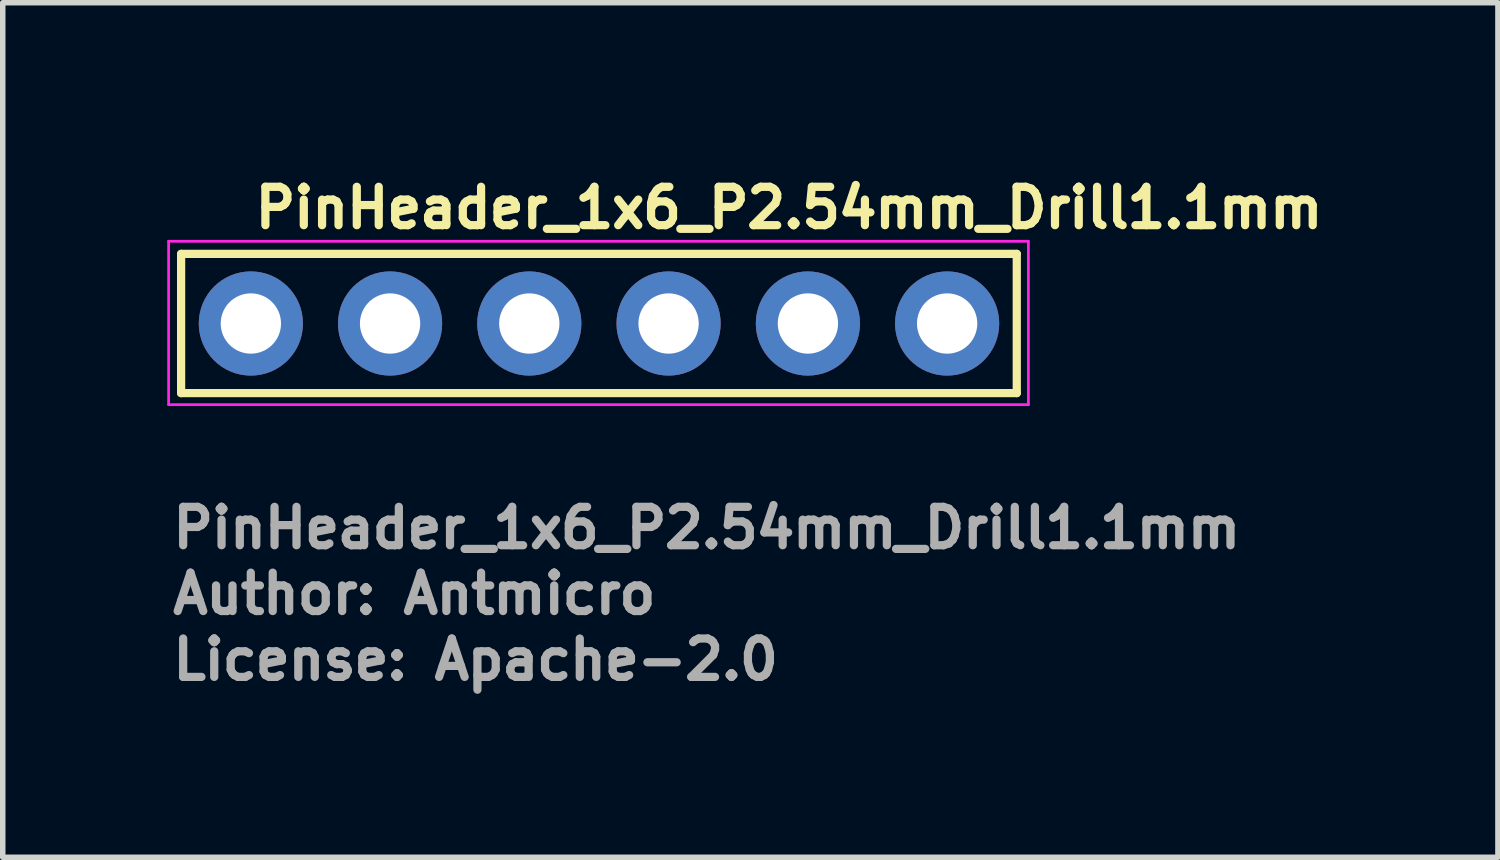
<source format=kicad_pcb>
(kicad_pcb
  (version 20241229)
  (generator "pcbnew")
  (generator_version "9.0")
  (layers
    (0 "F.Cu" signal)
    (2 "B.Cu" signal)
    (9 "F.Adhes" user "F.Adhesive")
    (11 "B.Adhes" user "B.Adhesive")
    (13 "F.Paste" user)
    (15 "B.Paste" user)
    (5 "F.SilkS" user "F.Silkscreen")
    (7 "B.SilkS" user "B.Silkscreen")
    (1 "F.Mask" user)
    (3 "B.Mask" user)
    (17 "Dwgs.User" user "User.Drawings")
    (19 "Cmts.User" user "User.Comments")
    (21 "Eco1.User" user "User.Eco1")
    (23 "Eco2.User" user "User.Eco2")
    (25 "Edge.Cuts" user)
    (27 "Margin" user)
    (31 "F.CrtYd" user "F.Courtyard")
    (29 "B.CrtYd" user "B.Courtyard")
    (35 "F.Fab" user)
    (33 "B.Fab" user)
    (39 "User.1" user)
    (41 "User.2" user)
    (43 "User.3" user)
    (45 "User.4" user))
  (footprint "PinHeader_1x6_P2.54mm_Drill1.1mm"
    (layer "F.Cu")
    (at 1.525 2.85)
    (property "Reference" "PinHeader_1x6_P2.54mm_Drill1.1mm" (at 0 -1.7 0) (layer "F.SilkS") (effects (font (size 0.7 0.7) (thickness 0.15)) (justify left bottom)))
    (attr through_hole)
    (fp_line (start -1.272 -1.27) (end -1.272 1.269) (stroke (width 0.15) (type solid)) (layer "F.SilkS"))
    (fp_line (start -1.272 1.269) (end 13.968 1.269) (stroke (width 0.15) (type solid)) (layer "F.SilkS"))
    (fp_line (start 13.968 -1.27) (end -1.272 -1.27) (stroke (width 0.15) (type solid)) (layer "F.SilkS"))
    (fp_line (start 13.968 1.269) (end 13.968 -1.27) (stroke (width 0.15) (type solid)) (layer "F.SilkS"))
    (fp_line (start -1.5 -1.5) (end 14.18 -1.5) (stroke (width 0.05) (type solid)) (layer "F.CrtYd"))
    (fp_line (start -1.5 1.48) (end -1.5 -1.5) (stroke (width 0.05) (type solid)) (layer "F.CrtYd"))
    (fp_line (start 14.18 -1.5) (end 14.18 1.48) (stroke (width 0.05) (type solid)) (layer "F.CrtYd"))
    (fp_line (start 14.18 1.48) (end -1.5 1.48) (stroke (width 0.05) (type solid)) (layer "F.CrtYd"))
    (fp_rect (start -1.272 -1.27) (end 13.968 1.269) (stroke (width 0.1) (type solid)) (fill no) (layer "User.5"))
    (fp_line (start -1.272 0.77) (end -1.272 -0.772) (stroke (width 0.02) (type solid)) (layer "User.9"))
    (fp_line (start -1.272 0.77) (end -1.022 1.269) (stroke (width 0.02) (type solid)) (layer "User.9"))
    (fp_line (start -1.022 -1.27) (end -1.272 -0.772) (stroke (width 0.02) (type solid)) (layer "User.9"))
    (fp_line (start -0.322 -0.32) (end -0.121 -0.12) (stroke (width 0.02) (type solid)) (layer "User.9"))
    (fp_line (start -0.322 -0.32) (end 0.318 -0.32) (stroke (width 0.02) (type solid)) (layer "User.9"))
    (fp_line (start -0.322 0.32) (end -0.322 -0.32) (stroke (width 0.02) (type solid)) (layer "User.9"))
    (fp_line (start -0.121 -0.12) (end -0.121 0.119) (stroke (width 0.02) (type solid)) (layer "User.9"))
    (fp_line (start -0.121 0.119) (end -0.322 0.32) (stroke (width 0.02) (type solid)) (layer "User.9"))
    (fp_line (start -0.121 0.119) (end 0.119 0.119) (stroke (width 0.02) (type solid)) (layer "User.9"))
    (fp_line (start 0.119 -0.12) (end -0.121 -0.12) (stroke (width 0.02) (type solid)) (layer "User.9"))
    (fp_line (start 0.119 -0.12) (end 0.318 -0.32) (stroke (width 0.02) (type solid)) (layer "User.9"))
    (fp_line (start 0.119 0.119) (end 0.119 -0.12) (stroke (width 0.02) (type solid)) (layer "User.9"))
    (fp_line (start 0.119 0.119) (end 0.318 0.32) (stroke (width 0.02) (type solid)) (layer "User.9"))
    (fp_line (start 0.318 -0.32) (end 0.318 0.32) (stroke (width 0.02) (type solid)) (layer "User.9"))
    (fp_line (start 0.318 0.32) (end -0.322 0.32) (stroke (width 0.02) (type solid)) (layer "User.9"))
    (fp_line (start 1.019 -1.27) (end -1.022 -1.27) (stroke (width 0.02) (type solid)) (layer "User.9"))
    (fp_line (start 1.019 1.269) (end -1.022 1.269) (stroke (width 0.02) (type solid)) (layer "User.9"))
    (fp_line (start 1.019 1.269) (end 1.269 0.77) (stroke (width 0.02) (type solid)) (layer "User.9"))
    (fp_line (start 1.269 -0.772) (end 1.019 -1.27) (stroke (width 0.02) (type solid)) (layer "User.9"))
    (fp_line (start 1.269 0.77) (end 1.519 1.269) (stroke (width 0.02) (type solid)) (layer "User.9"))
    (fp_line (start 1.519 -1.27) (end 1.269 -0.772) (stroke (width 0.02) (type solid)) (layer "User.9"))
    (fp_line (start 2.218 -0.32) (end 2.418 -0.12) (stroke (width 0.02) (type solid)) (layer "User.9"))
    (fp_line (start 2.218 -0.32) (end 2.858 -0.32) (stroke (width 0.02) (type solid)) (layer "User.9"))
    (fp_line (start 2.218 0.32) (end 2.218 -0.32) (stroke (width 0.02) (type solid)) (layer "User.9"))
    (fp_line (start 2.418 -0.12) (end 2.418 0.119) (stroke (width 0.02) (type solid)) (layer "User.9"))
    (fp_line (start 2.418 0.119) (end 2.218 0.32) (stroke (width 0.02) (type solid)) (layer "User.9"))
    (fp_line (start 2.418 0.119) (end 2.659 0.119) (stroke (width 0.02) (type solid)) (layer "User.9"))
    (fp_line (start 2.659 -0.12) (end 2.418 -0.12) (stroke (width 0.02) (type solid)) (layer "User.9"))
    (fp_line (start 2.659 -0.12) (end 2.858 -0.32) (stroke (width 0.02) (type solid)) (layer "User.9"))
    (fp_line (start 2.659 0.119) (end 2.659 -0.12) (stroke (width 0.02) (type solid)) (layer "User.9"))
    (fp_line (start 2.659 0.119) (end 2.858 0.32) (stroke (width 0.02) (type solid)) (layer "User.9"))
    (fp_line (start 2.858 -0.32) (end 2.858 0.32) (stroke (width 0.02) (type solid)) (layer "User.9"))
    (fp_line (start 2.858 0.32) (end 2.218 0.32) (stroke (width 0.02) (type solid)) (layer "User.9"))
    (fp_line (start 3.559 -1.27) (end 1.519 -1.27) (stroke (width 0.02) (type solid)) (layer "User.9"))
    (fp_line (start 3.559 1.269) (end 1.519 1.269) (stroke (width 0.02) (type solid)) (layer "User.9"))
    (fp_line (start 3.559 1.269) (end 3.809 0.77) (stroke (width 0.02) (type solid)) (layer "User.9"))
    (fp_line (start 3.809 -0.772) (end 3.559 -1.27) (stroke (width 0.02) (type solid)) (layer "User.9"))
    (fp_line (start 3.809 0.77) (end 4.059 1.269) (stroke (width 0.02) (type solid)) (layer "User.9"))
    (fp_line (start 4.059 -1.27) (end 3.809 -0.772) (stroke (width 0.02) (type solid)) (layer "User.9"))
    (fp_line (start 4.759 -0.32) (end 4.959 -0.12) (stroke (width 0.02) (type solid)) (layer "User.9"))
    (fp_line (start 4.759 -0.32) (end 5.398 -0.32) (stroke (width 0.02) (type solid)) (layer "User.9"))
    (fp_line (start 4.759 0.32) (end 4.759 -0.32) (stroke (width 0.02) (type solid)) (layer "User.9"))
    (fp_line (start 4.959 -0.12) (end 4.959 0.119) (stroke (width 0.02) (type solid)) (layer "User.9"))
    (fp_line (start 4.959 0.119) (end 4.759 0.32) (stroke (width 0.02) (type solid)) (layer "User.9"))
    (fp_line (start 4.959 0.119) (end 5.198 0.119) (stroke (width 0.02) (type solid)) (layer "User.9"))
    (fp_line (start 5.198 -0.12) (end 4.959 -0.12) (stroke (width 0.02) (type solid)) (layer "User.9"))
    (fp_line (start 5.198 -0.12) (end 5.398 -0.32) (stroke (width 0.02) (type solid)) (layer "User.9"))
    (fp_line (start 5.198 0.119) (end 5.198 -0.12) (stroke (width 0.02) (type solid)) (layer "User.9"))
    (fp_line (start 5.198 0.119) (end 5.398 0.32) (stroke (width 0.02) (type solid)) (layer "User.9"))
    (fp_line (start 5.398 -0.32) (end 5.398 0.32) (stroke (width 0.02) (type solid)) (layer "User.9"))
    (fp_line (start 5.398 0.32) (end 4.759 0.32) (stroke (width 0.02) (type solid)) (layer "User.9"))
    (fp_line (start 6.099 -1.27) (end 4.059 -1.27) (stroke (width 0.02) (type solid)) (layer "User.9"))
    (fp_line (start 6.099 1.269) (end 4.059 1.269) (stroke (width 0.02) (type solid)) (layer "User.9"))
    (fp_line (start 6.099 1.269) (end 6.349 0.77) (stroke (width 0.02) (type solid)) (layer "User.9"))
    (fp_line (start 6.349 -0.772) (end 6.099 -1.27) (stroke (width 0.02) (type solid)) (layer "User.9"))
    (fp_line (start 6.349 0.77) (end 6.599 1.269) (stroke (width 0.02) (type solid)) (layer "User.9"))
    (fp_line (start 6.599 -1.27) (end 6.349 -0.772) (stroke (width 0.02) (type solid)) (layer "User.9"))
    (fp_line (start 7.299 -0.32) (end 7.499 -0.12) (stroke (width 0.02) (type solid)) (layer "User.9"))
    (fp_line (start 7.299 -0.32) (end 7.938 -0.32) (stroke (width 0.02) (type solid)) (layer "User.9"))
    (fp_line (start 7.299 0.32) (end 7.299 -0.32) (stroke (width 0.02) (type solid)) (layer "User.9"))
    (fp_line (start 7.499 -0.12) (end 7.499 0.119) (stroke (width 0.02) (type solid)) (layer "User.9"))
    (fp_line (start 7.499 0.119) (end 7.299 0.32) (stroke (width 0.02) (type solid)) (layer "User.9"))
    (fp_line (start 7.499 0.119) (end 7.738 0.119) (stroke (width 0.02) (type solid)) (layer "User.9"))
    (fp_line (start 7.738 -0.12) (end 7.499 -0.12) (stroke (width 0.02) (type solid)) (layer "User.9"))
    (fp_line (start 7.738 -0.12) (end 7.938 -0.32) (stroke (width 0.02) (type solid)) (layer "User.9"))
    (fp_line (start 7.738 0.119) (end 7.738 -0.12) (stroke (width 0.02) (type solid)) (layer "User.9"))
    (fp_line (start 7.738 0.119) (end 7.938 0.32) (stroke (width 0.02) (type solid)) (layer "User.9"))
    (fp_line (start 7.938 -0.32) (end 7.938 0.32) (stroke (width 0.02) (type solid)) (layer "User.9"))
    (fp_line (start 7.938 0.32) (end 7.299 0.32) (stroke (width 0.02) (type solid)) (layer "User.9"))
    (fp_line (start 8.64 -1.27) (end 6.599 -1.27) (stroke (width 0.02) (type solid)) (layer "User.9"))
    (fp_line (start 8.64 1.269) (end 6.599 1.269) (stroke (width 0.02) (type solid)) (layer "User.9"))
    (fp_line (start 8.64 1.269) (end 8.89 0.77) (stroke (width 0.02) (type solid)) (layer "User.9"))
    (fp_line (start 8.89 -0.772) (end 8.64 -1.27) (stroke (width 0.02) (type solid)) (layer "User.9"))
    (fp_line (start 8.89 0.77) (end 9.14 1.269) (stroke (width 0.02) (type solid)) (layer "User.9"))
    (fp_line (start 9.14 -1.27) (end 8.89 -0.772) (stroke (width 0.02) (type solid)) (layer "User.9"))
    (fp_line (start 9.839 -0.32) (end 10.038 -0.12) (stroke (width 0.02) (type solid)) (layer "User.9"))
    (fp_line (start 9.839 -0.32) (end 10.48 -0.32) (stroke (width 0.02) (type solid)) (layer "User.9"))
    (fp_line (start 9.839 0.32) (end 9.839 -0.32) (stroke (width 0.02) (type solid)) (layer "User.9"))
    (fp_line (start 10.038 -0.12) (end 10.038 0.119) (stroke (width 0.02) (type solid)) (layer "User.9"))
    (fp_line (start 10.038 0.119) (end 9.839 0.32) (stroke (width 0.02) (type solid)) (layer "User.9"))
    (fp_line (start 10.038 0.119) (end 10.278 0.119) (stroke (width 0.02) (type solid)) (layer "User.9"))
    (fp_line (start 10.278 -0.12) (end 10.038 -0.12) (stroke (width 0.02) (type solid)) (layer "User.9"))
    (fp_line (start 10.278 -0.12) (end 10.48 -0.32) (stroke (width 0.02) (type solid)) (layer "User.9"))
    (fp_line (start 10.278 0.119) (end 10.278 -0.12) (stroke (width 0.02) (type solid)) (layer "User.9"))
    (fp_line (start 10.278 0.119) (end 10.48 0.32) (stroke (width 0.02) (type solid)) (layer "User.9"))
    (fp_line (start 10.48 -0.32) (end 10.48 0.32) (stroke (width 0.02) (type solid)) (layer "User.9"))
    (fp_line (start 10.48 0.32) (end 9.839 0.32) (stroke (width 0.02) (type solid)) (layer "User.9"))
    (fp_line (start 11.179 -1.27) (end 9.14 -1.27) (stroke (width 0.02) (type solid)) (layer "User.9"))
    (fp_line (start 11.179 1.269) (end 9.14 1.269) (stroke (width 0.02) (type solid)) (layer "User.9"))
    (fp_line (start 11.179 1.269) (end 11.429 0.77) (stroke (width 0.02) (type solid)) (layer "User.9"))
    (fp_line (start 11.429 -0.772) (end 11.179 -1.27) (stroke (width 0.02) (type solid)) (layer "User.9"))
    (fp_line (start 11.429 0.77) (end 11.679 1.269) (stroke (width 0.02) (type solid)) (layer "User.9"))
    (fp_line (start 11.679 -1.27) (end 11.429 -0.772) (stroke (width 0.02) (type solid)) (layer "User.9"))
    (fp_line (start 12.378 -0.32) (end 12.579 -0.12) (stroke (width 0.02) (type solid)) (layer "User.9"))
    (fp_line (start 12.378 -0.32) (end 13.018 -0.32) (stroke (width 0.02) (type solid)) (layer "User.9"))
    (fp_line (start 12.378 0.32) (end 12.378 -0.32) (stroke (width 0.02) (type solid)) (layer "User.9"))
    (fp_line (start 12.579 -0.12) (end 12.579 0.119) (stroke (width 0.02) (type solid)) (layer "User.9"))
    (fp_line (start 12.579 0.119) (end 12.378 0.32) (stroke (width 0.02) (type solid)) (layer "User.9"))
    (fp_line (start 12.579 0.119) (end 12.82 0.119) (stroke (width 0.02) (type solid)) (layer "User.9"))
    (fp_line (start 12.82 -0.12) (end 12.579 -0.12) (stroke (width 0.02) (type solid)) (layer "User.9"))
    (fp_line (start 12.82 -0.12) (end 13.018 -0.32) (stroke (width 0.02) (type solid)) (layer "User.9"))
    (fp_line (start 12.82 0.119) (end 12.82 -0.12) (stroke (width 0.02) (type solid)) (layer "User.9"))
    (fp_line (start 12.82 0.119) (end 13.018 0.32) (stroke (width 0.02) (type solid)) (layer "User.9"))
    (fp_line (start 13.018 -0.32) (end 13.018 0.32) (stroke (width 0.02) (type solid)) (layer "User.9"))
    (fp_line (start 13.018 0.32) (end 12.378 0.32) (stroke (width 0.02) (type solid)) (layer "User.9"))
    (fp_line (start 13.718 -1.27) (end 11.679 -1.27) (stroke (width 0.02) (type solid)) (layer "User.9"))
    (fp_line (start 13.718 1.269) (end 11.679 1.269) (stroke (width 0.02) (type solid)) (layer "User.9"))
    (fp_line (start 13.718 1.269) (end 13.968 0.77) (stroke (width 0.02) (type solid)) (layer "User.9"))
    (fp_line (start 13.968 -0.772) (end 13.718 -1.27) (stroke (width 0.02) (type solid)) (layer "User.9"))
    (fp_line (start 13.968 0.77) (end 13.968 -0.772) (stroke (width 0.02) (type solid)) (layer "User.9"))
    (fp_text user "License: Apache-2.0" (at -1.5 6.538 0) (layer "F.Fab") (effects (font (size 0.7 0.7) (thickness 0.15)) (justify left bottom)))
    (fp_text user "${REFERENCE}" (at -1.5 4.137 0) (layer "F.Fab") (effects (font (size 0.7 0.7) (thickness 0.15)) (justify left bottom)))
    (fp_text user "Author: Antmicro" (at -1.5 5.337 0) (layer "F.Fab") (effects (font (size 0.7 0.7) (thickness 0.15)) (justify left bottom)))
    (pad "1" thru_hole circle (at 0 0) (size 1.9 1.9) (drill 1.1) (layers "*.Cu" "*.Mask"))
    (pad "2" thru_hole circle (at 2.539 0) (size 1.9 1.9) (drill 1.1) (layers "*.Cu" "*.Mask"))
    (pad "3" thru_hole circle (at 5.078 0) (size 1.9 1.9) (drill 1.1) (layers "*.Cu" "*.Mask"))
    (pad "4" thru_hole circle (at 7.618 0) (size 1.9 1.9) (drill 1.1) (layers "*.Cu" "*.Mask"))
    (pad "5" thru_hole circle (at 10.159 0) (size 1.9 1.9) (drill 1.1) (layers "*.Cu" "*.Mask"))
    (pad "6" thru_hole circle (at 12.698 0) (size 1.9 1.9) (drill 1.1) (layers "*.Cu" "*.Mask")))
  (gr_rect
    (start -3 -3)
    (end 24.268 12.584)
    (stroke (width 0.1) (type default))
    (fill no)
    (layer "Edge.Cuts")))
</source>
